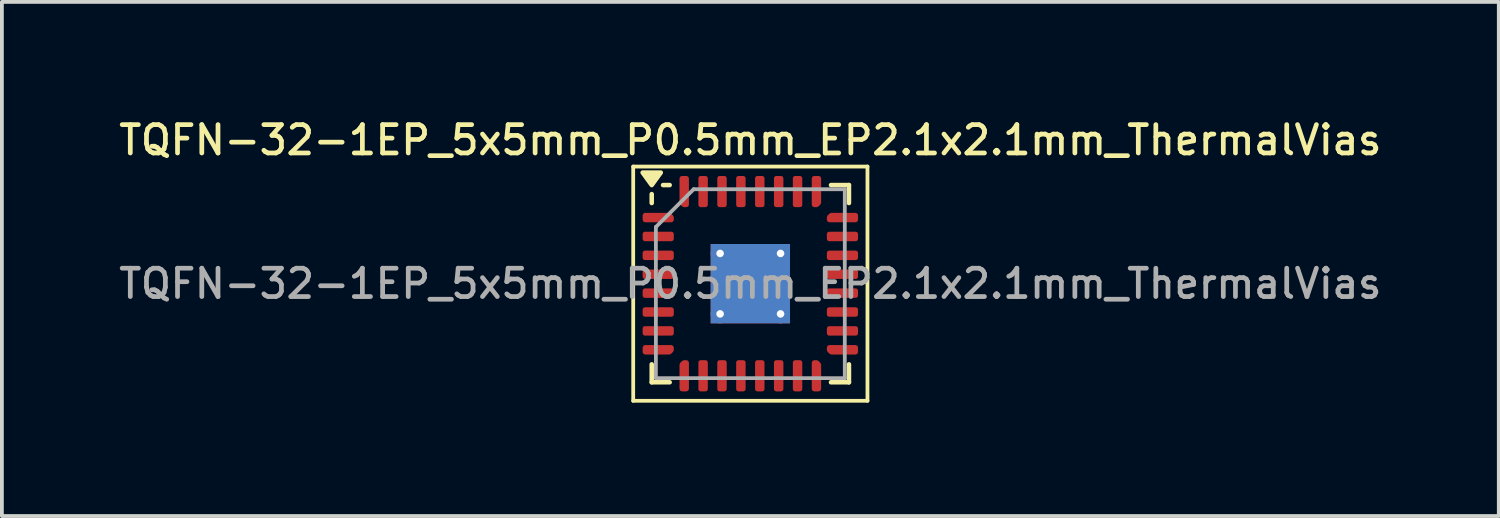
<source format=kicad_pcb>
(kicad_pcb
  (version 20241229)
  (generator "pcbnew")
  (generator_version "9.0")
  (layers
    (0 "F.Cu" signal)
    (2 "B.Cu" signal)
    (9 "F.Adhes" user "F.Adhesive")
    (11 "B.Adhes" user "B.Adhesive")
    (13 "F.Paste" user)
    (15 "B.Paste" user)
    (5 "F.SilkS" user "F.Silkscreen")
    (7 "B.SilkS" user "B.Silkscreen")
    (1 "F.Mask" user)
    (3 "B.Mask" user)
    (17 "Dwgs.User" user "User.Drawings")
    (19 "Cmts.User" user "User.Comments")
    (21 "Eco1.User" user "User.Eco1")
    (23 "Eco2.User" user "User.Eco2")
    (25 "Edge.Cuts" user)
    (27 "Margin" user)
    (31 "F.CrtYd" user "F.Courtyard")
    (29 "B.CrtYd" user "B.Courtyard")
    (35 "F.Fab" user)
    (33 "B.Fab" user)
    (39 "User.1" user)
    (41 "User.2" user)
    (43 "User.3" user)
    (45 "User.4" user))
  (footprint "TQFN-32-1EP_5x5mm_P0.5mm_EP2.1x2.1mm_ThermalVias"
    (layer "F.Cu")
    (at 16.809 4.458)
    (property "Reference" "TQFN-32-1EP_5x5mm_P0.5mm_EP2.1x2.1mm_ThermalVias" (at 0 -3.8 0) (layer "F.SilkS") (effects (font (size 0.75 0.75) (thickness 0.125))))
    (attr smd)
    (fp_line (start -3.1 -3.1) (end -3.1 3.1) (stroke (width 0.1) (type solid)) (layer "F.SilkS"))
    (fp_line (start -3.1 3.1) (end 3.1 3.1) (stroke (width 0.1) (type solid)) (layer "F.SilkS"))
    (fp_line (start -2.61 -2.135) (end -2.61 -2.37) (stroke (width 0.12) (type solid)) (layer "F.SilkS"))
    (fp_line (start -2.61 2.61) (end -2.61 2.135) (stroke (width 0.12) (type solid)) (layer "F.SilkS"))
    (fp_line (start -2.135 -2.61) (end -2.31 -2.61) (stroke (width 0.12) (type solid)) (layer "F.SilkS"))
    (fp_line (start -2.135 2.61) (end -2.61 2.61) (stroke (width 0.12) (type solid)) (layer "F.SilkS"))
    (fp_line (start 2.135 -2.61) (end 2.61 -2.61) (stroke (width 0.12) (type solid)) (layer "F.SilkS"))
    (fp_line (start 2.135 2.61) (end 2.61 2.61) (stroke (width 0.12) (type solid)) (layer "F.SilkS"))
    (fp_line (start 2.61 -2.61) (end 2.61 -2.135) (stroke (width 0.12) (type solid)) (layer "F.SilkS"))
    (fp_line (start 2.61 2.61) (end 2.61 2.135) (stroke (width 0.12) (type solid)) (layer "F.SilkS"))
    (fp_line (start 3.1 -3.1) (end -3.1 -3.1) (stroke (width 0.1) (type solid)) (layer "F.SilkS"))
    (fp_line (start 3.1 3.1) (end 3.1 -3.1) (stroke (width 0.1) (type solid)) (layer "F.SilkS"))
    (fp_poly (pts (xy -2.61 -2.61) (xy -2.85 -2.94) (xy -2.37 -2.94) (xy -2.61 -2.61)) (stroke (width 0.12) (type solid)) (fill yes) (layer "F.SilkS"))
    (fp_line (start -2.5 -1.5) (end -1.5 -2.5) (stroke (width 0.1) (type solid)) (layer "F.Fab"))
    (fp_line (start -2.5 2.5) (end -2.5 -1.5) (stroke (width 0.1) (type solid)) (layer "F.Fab"))
    (fp_line (start -1.5 -2.5) (end 2.5 -2.5) (stroke (width 0.1) (type solid)) (layer "F.Fab"))
    (fp_line (start 2.5 -2.5) (end 2.5 2.5) (stroke (width 0.1) (type solid)) (layer "F.Fab"))
    (fp_line (start 2.5 2.5) (end -2.5 2.5) (stroke (width 0.1) (type solid)) (layer "F.Fab"))
    (fp_text user "${REFERENCE}" (at 0 0 0) (layer "F.Fab") (effects (font (size 0.75 0.75) (thickness 0.125))))
    (pad "" smd roundrect (at -0.525 -0.525) (size 0.91 0.91) (layers "F.Paste") (roundrect_rratio 0.25))
    (pad "" smd roundrect (at -0.525 0.525) (size 0.91 0.91) (layers "F.Paste") (roundrect_rratio 0.25))
    (pad "" smd roundrect (at 0.525 -0.525) (size 0.91 0.91) (layers "F.Paste") (roundrect_rratio 0.25))
    (pad "" smd roundrect (at 0.525 0.525) (size 0.91 0.91) (layers "F.Paste") (roundrect_rratio 0.25))
    (pad "1" smd custom (at -2.438 -1.75) (size 0.186 0.186) (layers "F.Cu" "F.Mask" "F.Paste") (options (anchor circle)) (primitives (gr_poly (pts (xy -0.35 -0.062) (xy 0.297 -0.062) (xy 0.35 -0.009) (xy 0.35 0.062) (xy -0.35 0.062)) (width 0.125) (fill yes))))
    (pad "2" smd roundrect (at -2.438 -1.25) (size 0.825 0.25) (layers "F.Cu" "F.Mask" "F.Paste") (roundrect_rratio 0.25))
    (pad "3" smd roundrect (at -2.438 -0.75) (size 0.825 0.25) (layers "F.Cu" "F.Mask" "F.Paste") (roundrect_rratio 0.25))
    (pad "4" smd roundrect (at -2.438 -0.25) (size 0.825 0.25) (layers "F.Cu" "F.Mask" "F.Paste") (roundrect_rratio 0.25))
    (pad "5" smd roundrect (at -2.438 0.25) (size 0.825 0.25) (layers "F.Cu" "F.Mask" "F.Paste") (roundrect_rratio 0.25))
    (pad "6" smd roundrect (at -2.438 0.75) (size 0.825 0.25) (layers "F.Cu" "F.Mask" "F.Paste") (roundrect_rratio 0.25))
    (pad "7" smd roundrect (at -2.438 1.25) (size 0.825 0.25) (layers "F.Cu" "F.Mask" "F.Paste") (roundrect_rratio 0.25))
    (pad "8" smd custom (at -2.438 1.75) (size 0.186 0.186) (layers "F.Cu" "F.Mask" "F.Paste") (options (anchor circle)) (primitives (gr_poly (pts (xy -0.35 -0.062) (xy 0.35 -0.062) (xy 0.35 0.009) (xy 0.297 0.062) (xy -0.35 0.062)) (width 0.125) (fill yes))))
    (pad "9" smd custom (at -1.75 2.438) (size 0.186 0.186) (layers "F.Cu" "F.Mask" "F.Paste") (options (anchor circle)) (primitives (gr_poly (pts (xy -0.062 -0.297) (xy -0.009 -0.35) (xy 0.062 -0.35) (xy 0.062 0.35) (xy -0.062 0.35)) (width 0.125) (fill yes))))
    (pad "10" smd roundrect (at -1.25 2.438) (size 0.25 0.825) (layers "F.Cu" "F.Mask" "F.Paste") (roundrect_rratio 0.25))
    (pad "11" smd roundrect (at -0.75 2.438) (size 0.25 0.825) (layers "F.Cu" "F.Mask" "F.Paste") (roundrect_rratio 0.25))
    (pad "12" smd roundrect (at -0.25 2.438) (size 0.25 0.825) (layers "F.Cu" "F.Mask" "F.Paste") (roundrect_rratio 0.25))
    (pad "13" smd roundrect (at 0.25 2.438) (size 0.25 0.825) (layers "F.Cu" "F.Mask" "F.Paste") (roundrect_rratio 0.25))
    (pad "14" smd roundrect (at 0.75 2.438) (size 0.25 0.825) (layers "F.Cu" "F.Mask" "F.Paste") (roundrect_rratio 0.25))
    (pad "15" smd roundrect (at 1.25 2.438) (size 0.25 0.825) (layers "F.Cu" "F.Mask" "F.Paste") (roundrect_rratio 0.25))
    (pad "16" smd custom (at 1.75 2.438) (size 0.186 0.186) (layers "F.Cu" "F.Mask" "F.Paste") (options (anchor circle)) (primitives (gr_poly (pts (xy -0.062 -0.35) (xy 0.009 -0.35) (xy 0.062 -0.297) (xy 0.062 0.35) (xy -0.062 0.35)) (width 0.125) (fill yes))))
    (pad "17" smd custom (at 2.438 1.75) (size 0.186 0.186) (layers "F.Cu" "F.Mask" "F.Paste") (options (anchor circle)) (primitives (gr_poly (pts (xy -0.35 -0.062) (xy 0.35 -0.062) (xy 0.35 0.062) (xy -0.297 0.062) (xy -0.35 0.009)) (width 0.125) (fill yes))))
    (pad "18" smd roundrect (at 2.438 1.25) (size 0.825 0.25) (layers "F.Cu" "F.Mask" "F.Paste") (roundrect_rratio 0.25))
    (pad "19" smd roundrect (at 2.438 0.75) (size 0.825 0.25) (layers "F.Cu" "F.Mask" "F.Paste") (roundrect_rratio 0.25))
    (pad "20" smd roundrect (at 2.438 0.25) (size 0.825 0.25) (layers "F.Cu" "F.Mask" "F.Paste") (roundrect_rratio 0.25))
    (pad "21" smd roundrect (at 2.438 -0.25) (size 0.825 0.25) (layers "F.Cu" "F.Mask" "F.Paste") (roundrect_rratio 0.25))
    (pad "22" smd roundrect (at 2.438 -0.75) (size 0.825 0.25) (layers "F.Cu" "F.Mask" "F.Paste") (roundrect_rratio 0.25))
    (pad "23" smd roundrect (at 2.438 -1.25) (size 0.825 0.25) (layers "F.Cu" "F.Mask" "F.Paste") (roundrect_rratio 0.25))
    (pad "24" smd custom (at 2.438 -1.75) (size 0.186 0.186) (layers "F.Cu" "F.Mask" "F.Paste") (options (anchor circle)) (primitives (gr_poly (pts (xy -0.35 -0.009) (xy -0.297 -0.062) (xy 0.35 -0.062) (xy 0.35 0.062) (xy -0.35 0.062)) (width 0.125) (fill yes))))
    (pad "25" smd custom (at 1.75 -2.438) (size 0.186 0.186) (layers "F.Cu" "F.Mask" "F.Paste") (options (anchor circle)) (primitives (gr_poly (pts (xy -0.062 -0.35) (xy 0.062 -0.35) (xy 0.062 0.297) (xy 0.009 0.35) (xy -0.062 0.35)) (width 0.125) (fill yes))))
    (pad "26" smd roundrect (at 1.25 -2.438) (size 0.25 0.825) (layers "F.Cu" "F.Mask" "F.Paste") (roundrect_rratio 0.25))
    (pad "27" smd roundrect (at 0.75 -2.438) (size 0.25 0.825) (layers "F.Cu" "F.Mask" "F.Paste") (roundrect_rratio 0.25))
    (pad "28" smd roundrect (at 0.25 -2.438) (size 0.25 0.825) (layers "F.Cu" "F.Mask" "F.Paste") (roundrect_rratio 0.25))
    (pad "29" smd roundrect (at -0.25 -2.438) (size 0.25 0.825) (layers "F.Cu" "F.Mask" "F.Paste") (roundrect_rratio 0.25))
    (pad "30" smd roundrect (at -0.75 -2.438) (size 0.25 0.825) (layers "F.Cu" "F.Mask" "F.Paste") (roundrect_rratio 0.25))
    (pad "31" smd roundrect (at -1.25 -2.438) (size 0.25 0.825) (layers "F.Cu" "F.Mask" "F.Paste") (roundrect_rratio 0.25))
    (pad "32" smd custom (at -1.75 -2.438) (size 0.186 0.186) (layers "F.Cu" "F.Mask" "F.Paste") (options (anchor circle)) (primitives (gr_poly (pts (xy -0.062 -0.35) (xy 0.062 -0.35) (xy 0.062 0.35) (xy -0.009 0.35) (xy -0.062 0.297)) (width 0.125) (fill yes))))
    (pad "33" thru_hole circle (at -0.8 -0.8) (size 0.5 0.5) (drill 0.2) (property pad_prop_heatsink) (layers "*.Cu"))
    (pad "33" thru_hole circle (at -0.8 0.8) (size 0.5 0.5) (drill 0.2) (property pad_prop_heatsink) (layers "*.Cu"))
    (pad "33" smd rect (at 0 0) (size 2.1 2.1) (property pad_prop_heatsink) (layers "F.Cu" "F.Mask"))
    (pad "33" smd rect (at 0 0) (size 2.1 2.1) (property pad_prop_heatsink) (layers "B.Cu"))
    (pad "33" thru_hole circle (at 0.8 -0.8) (size 0.5 0.5) (drill 0.2) (property pad_prop_heatsink) (layers "*.Cu"))
    (pad "33" thru_hole circle (at 0.8 0.8) (size 0.5 0.5) (drill 0.2) (property pad_prop_heatsink) (layers "*.Cu")))
  (gr_rect
    (start -3 -3)
    (end 36.618 10.608)
    (stroke (width 0.1) (type default))
    (fill no)
    (layer "Edge.Cuts")))
</source>
